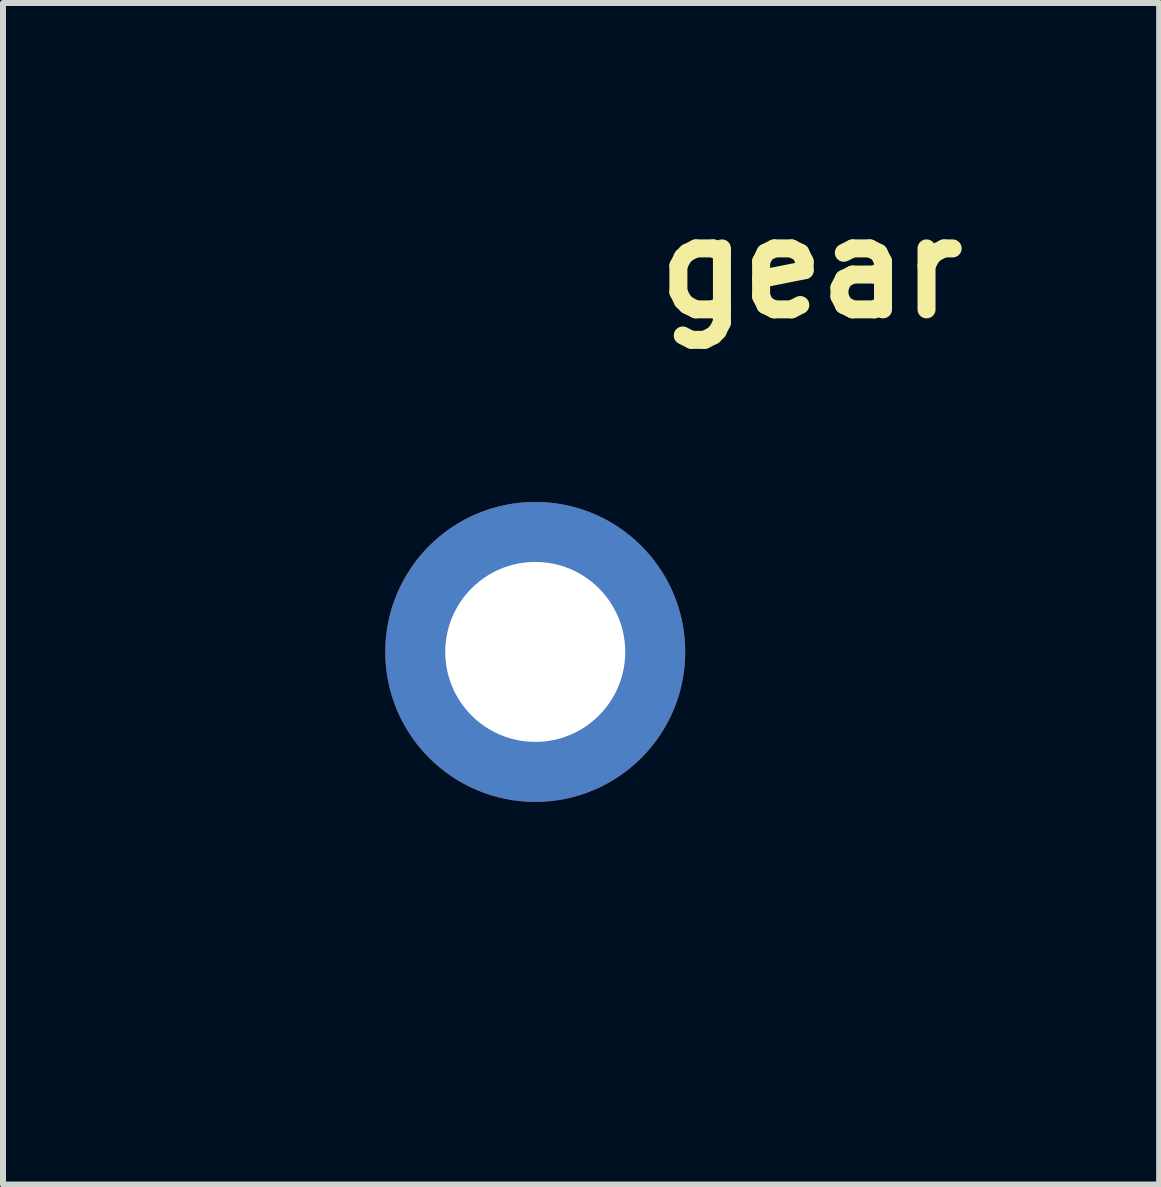
<source format=kicad_pcb>
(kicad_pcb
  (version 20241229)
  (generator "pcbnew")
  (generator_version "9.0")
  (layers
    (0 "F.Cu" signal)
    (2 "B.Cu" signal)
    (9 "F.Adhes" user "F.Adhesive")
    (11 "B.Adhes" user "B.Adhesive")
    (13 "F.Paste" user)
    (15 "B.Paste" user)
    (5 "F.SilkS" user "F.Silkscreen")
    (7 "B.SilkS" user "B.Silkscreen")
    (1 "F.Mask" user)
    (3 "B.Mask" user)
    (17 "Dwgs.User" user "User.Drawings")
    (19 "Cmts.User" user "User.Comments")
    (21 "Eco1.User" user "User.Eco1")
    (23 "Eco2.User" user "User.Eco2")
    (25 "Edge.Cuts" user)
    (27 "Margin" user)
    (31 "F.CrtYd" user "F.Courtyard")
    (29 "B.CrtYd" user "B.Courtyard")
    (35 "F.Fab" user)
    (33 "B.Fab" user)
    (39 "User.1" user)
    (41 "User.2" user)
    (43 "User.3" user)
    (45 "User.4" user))
  (footprint "gear"
    (layer "F.Cu")
    (at 5.873 7.818)
    (property "Reference" "gear" (at 4.6 -6.4 0) (layer "F.SilkS") (effects (font (size 1.524 1.524) (thickness 0.3))))
    (attr through_hole)
    (fp_poly (pts (xy 0.144 -1.291) (xy 0.257 -1.277) (xy 0.365 -1.253) (xy 0.471 -1.219) (xy 0.577 -1.174) (xy 0.595 -1.166) (xy 0.707 -1.104) (xy 0.812 -1.032) (xy 0.908 -0.952) (xy 0.995 -0.863) (xy 1.074 -0.767) (xy 1.142 -0.663) (xy 1.201 -0.553) (xy 1.248 -0.437) (xy 1.286 -0.316) (xy 1.311 -0.19) (xy 1.321 -0.115) (xy 1.327 0.009) (xy 1.32 0.132) (xy 1.302 0.253) (xy 1.273 0.372) (xy 1.232 0.488) (xy 1.181 0.599) (xy 1.119 0.705) (xy 1.048 0.806) (xy 0.968 0.899) (xy 0.878 0.985) (xy 0.78 1.062) (xy 0.752 1.081) (xy 0.641 1.148) (xy 0.526 1.204) (xy 0.406 1.247) (xy 0.282 1.278) (xy 0.197 1.292) (xy 0.159 1.296) (xy 0.112 1.299) (xy 0.06 1.3) (xy 0.006 1.301) (xy -0.047 1.3) (xy -0.096 1.298) (xy -0.136 1.294) (xy -0.152 1.292) (xy -0.25 1.275) (xy -0.341 1.252) (xy -0.429 1.222) (xy -0.518 1.184) (xy -0.544 1.172) (xy -0.656 1.111) (xy -0.76 1.04) (xy -0.857 0.96) (xy -0.944 0.872) (xy -1.023 0.775) (xy -1.092 0.671) (xy -1.151 0.56) (xy -1.199 0.442) (xy -1.237 0.319) (xy -1.262 0.206) (xy -1.266 0.168) (xy -1.27 0.12) (xy -1.272 0.065) (xy -1.273 0.007) (xy -1.272 -0.051) (xy -1.27 -0.106) (xy -1.267 -0.155) (xy -1.262 -0.195) (xy -1.262 -0.2) (xy -1.233 -0.328) (xy -1.194 -0.45) (xy -1.144 -0.567) (xy -1.084 -0.677) (xy -1.014 -0.78) (xy -0.934 -0.876) (xy -0.846 -0.964) (xy -0.748 -1.043) (xy -0.643 -1.112) (xy -0.544 -1.166) (xy -0.438 -1.212) (xy -0.335 -1.247) (xy -0.232 -1.273) (xy -0.125 -1.288) (xy -0.013 -1.295) (xy 0.024 -1.295) (xy 0.144 -1.291)) (stroke (width 0.01) (type solid)) (fill yes) (layer "F.Mask"))
    (fp_poly (pts (xy 0.241 -2.834) (xy 0.425 -2.812) (xy 0.608 -2.779) (xy 0.788 -2.734) (xy 0.965 -2.677) (xy 1.138 -2.608) (xy 1.307 -2.528) (xy 1.472 -2.436) (xy 1.591 -2.36) (xy 1.744 -2.25) (xy 1.888 -2.13) (xy 2.024 -2.001) (xy 2.152 -1.864) (xy 2.269 -1.719) (xy 2.377 -1.567) (xy 2.475 -1.408) (xy 2.562 -1.243) (xy 2.639 -1.072) (xy 2.704 -0.895) (xy 2.758 -0.714) (xy 2.765 -0.687) (xy 2.805 -0.502) (xy 2.832 -0.317) (xy 2.847 -0.131) (xy 2.85 0.056) (xy 2.84 0.241) (xy 2.819 0.425) (xy 2.785 0.608) (xy 2.74 0.788) (xy 2.683 0.965) (xy 2.614 1.138) (xy 2.534 1.307) (xy 2.442 1.472) (xy 2.366 1.591) (xy 2.256 1.743) (xy 2.137 1.887) (xy 2.01 2.022) (xy 1.875 2.148) (xy 1.732 2.264) (xy 1.583 2.371) (xy 1.427 2.468) (xy 1.265 2.554) (xy 1.099 2.63) (xy 0.927 2.695) (xy 0.752 2.75) (xy 0.573 2.793) (xy 0.391 2.824) (xy 0.207 2.843) (xy 0.02 2.851) (xy -0.167 2.846) (xy -0.194 2.844) (xy -0.38 2.825) (xy -0.565 2.793) (xy -0.747 2.749) (xy -0.926 2.694) (xy -1.102 2.627) (xy -1.272 2.548) (xy -1.438 2.459) (xy -1.584 2.366) (xy -1.737 2.256) (xy -1.882 2.136) (xy -2.018 2.008) (xy -2.145 1.871) (xy -2.263 1.726) (xy -2.371 1.574) (xy -2.469 1.415) (xy -2.556 1.249) (xy -2.633 1.078) (xy -2.698 0.902) (xy -2.752 0.72) (xy -2.759 0.693) (xy -2.799 0.509) (xy -2.826 0.323) (xy -2.841 0.137) (xy -2.843 0.006) (xy -1.361 0.006) (xy -1.36 0.075) (xy -1.356 0.14) (xy -1.35 0.194) (xy -1.324 0.325) (xy -1.287 0.452) (xy -1.238 0.575) (xy -1.178 0.693) (xy -1.105 0.807) (xy -1.071 0.854) (xy -1.044 0.887) (xy -1.009 0.926) (xy -0.969 0.967) (xy -0.927 1.009) (xy -0.885 1.049) (xy -0.845 1.083) (xy -0.813 1.109) (xy -0.702 1.184) (xy -0.586 1.248) (xy -0.465 1.3) (xy -0.341 1.341) (xy -0.213 1.371) (xy -0.121 1.384) (xy -0.086 1.386) (xy -0.043 1.388) (xy 0.007 1.388) (xy 0.06 1.387) (xy 0.113 1.385) (xy 0.163 1.382) (xy 0.206 1.379) (xy 0.238 1.375) (xy 0.366 1.349) (xy 0.49 1.311) (xy 0.609 1.262) (xy 0.723 1.202) (xy 0.83 1.133) (xy 0.93 1.054) (xy 1.022 0.966) (xy 1.107 0.87) (xy 1.183 0.766) (xy 1.249 0.655) (xy 1.305 0.538) (xy 1.351 0.414) (xy 1.358 0.39) (xy 1.373 0.335) (xy 1.385 0.284) (xy 1.394 0.233) (xy 1.4 0.18) (xy 1.404 0.123) (xy 1.406 0.057) (xy 1.406 0.003) (xy 1.406 -0.049) (xy 1.406 -0.091) (xy 1.405 -0.126) (xy 1.403 -0.155) (xy 1.4 -0.181) (xy 1.397 -0.206) (xy 1.392 -0.234) (xy 1.392 -0.237) (xy 1.362 -0.366) (xy 1.321 -0.49) (xy 1.27 -0.609) (xy 1.208 -0.721) (xy 1.136 -0.827) (xy 1.055 -0.926) (xy 0.965 -1.016) (xy 0.868 -1.098) (xy 0.762 -1.172) (xy 0.65 -1.235) (xy 0.531 -1.288) (xy 0.406 -1.331) (xy 0.371 -1.34) (xy 0.248 -1.366) (xy 0.122 -1.381) (xy -0.006 -1.383) (xy -0.134 -1.375) (xy -0.259 -1.355) (xy -0.38 -1.324) (xy -0.506 -1.278) (xy -0.626 -1.221) (xy -0.739 -1.154) (xy -0.845 -1.076) (xy -0.944 -0.988) (xy -1.034 -0.892) (xy -1.116 -0.785) (xy -1.142 -0.747) (xy -1.2 -0.648) (xy -1.251 -0.54) (xy -1.293 -0.426) (xy -1.326 -0.309) (xy -1.349 -0.19) (xy -1.35 -0.187) (xy -1.356 -0.13) (xy -1.36 -0.064) (xy -1.361 0.006) (xy -2.843 0.006) (xy -2.844 -0.049) (xy -2.834 -0.235) (xy -2.812 -0.419) (xy -2.779 -0.601) (xy -2.734 -0.781) (xy -2.677 -0.958) (xy -2.608 -1.132) (xy -2.528 -1.301) (xy -2.436 -1.465) (xy -2.36 -1.584) (xy -2.25 -1.737) (xy -2.13 -1.882) (xy -2.001 -2.018) (xy -1.864 -2.145) (xy -1.719 -2.263) (xy -1.567 -2.371) (xy -1.408 -2.469) (xy -1.243 -2.556) (xy -1.072 -2.633) (xy -0.895 -2.698) (xy -0.714 -2.752) (xy -0.687 -2.759) (xy -0.502 -2.799) (xy -0.317 -2.826) (xy -0.131 -2.841) (xy 0.056 -2.844) (xy 0.241 -2.834)) (stroke (width 0.01) (type solid)) (fill yes) (layer "F.Mask"))
    (fp_poly (pts (xy 0.334 -4.491) (xy 0.561 -4.47) (xy 0.785 -4.437) (xy 1.004 -4.393) (xy 1.029 -4.388) (xy 1.264 -4.326) (xy 1.493 -4.254) (xy 1.717 -4.169) (xy 1.935 -4.073) (xy 2.148 -3.966) (xy 2.355 -3.848) (xy 2.557 -3.718) (xy 2.753 -3.576) (xy 2.791 -3.547) (xy 2.972 -3.398) (xy 3.146 -3.239) (xy 3.311 -3.072) (xy 3.467 -2.897) (xy 3.614 -2.714) (xy 3.752 -2.524) (xy 3.879 -2.327) (xy 3.996 -2.125) (xy 4.102 -1.917) (xy 4.196 -1.704) (xy 4.28 -1.488) (xy 4.31 -1.397) (xy 4.345 -1.287) (xy 4.376 -1.185) (xy 4.402 -1.087) (xy 4.425 -0.989) (xy 4.447 -0.888) (xy 4.468 -0.78) (xy 4.473 -0.752) (xy 4.495 -0.613) (xy 4.513 -0.48) (xy 4.526 -0.349) (xy 4.534 -0.216) (xy 4.539 -0.077) (xy 4.54 0.038) (xy 4.534 0.28) (xy 4.515 0.519) (xy 4.484 0.755) (xy 4.44 0.989) (xy 4.385 1.219) (xy 4.318 1.446) (xy 4.238 1.668) (xy 4.147 1.887) (xy 4.045 2.1) (xy 3.931 2.309) (xy 3.805 2.512) (xy 3.668 2.71) (xy 3.576 2.832) (xy 3.454 2.981) (xy 3.321 3.128) (xy 3.181 3.271) (xy 3.036 3.409) (xy 2.887 3.538) (xy 2.8 3.607) (xy 2.607 3.75) (xy 2.408 3.883) (xy 2.203 4.004) (xy 1.992 4.114) (xy 1.776 4.212) (xy 1.556 4.299) (xy 1.331 4.374) (xy 1.103 4.438) (xy 0.87 4.489) (xy 0.635 4.528) (xy 0.397 4.555) (xy 0.384 4.556) (xy 0.353 4.559) (xy 0.312 4.561) (xy 0.264 4.563) (xy 0.211 4.564) (xy 0.154 4.566) (xy 0.095 4.567) (xy 0.037 4.569) (xy -0.019 4.569) (xy -0.071 4.57) (xy -0.116 4.57) (xy -0.154 4.57) (xy -0.181 4.569) (xy -0.187 4.568) (xy -0.204 4.567) (xy -0.231 4.565) (xy -0.265 4.563) (xy -0.303 4.561) (xy -0.333 4.559) (xy -0.381 4.555) (xy -0.435 4.551) (xy -0.491 4.545) (xy -0.544 4.539) (xy -0.567 4.537) (xy -0.804 4.5) (xy -1.038 4.452) (xy -1.268 4.391) (xy -1.494 4.319) (xy -1.716 4.235) (xy -1.934 4.139) (xy -2.146 4.032) (xy -2.353 3.913) (xy -2.553 3.783) (xy -2.748 3.643) (xy -2.794 3.607) (xy -2.943 3.485) (xy -3.091 3.352) (xy -3.235 3.212) (xy -3.372 3.067) (xy -3.5 2.918) (xy -3.57 2.832) (xy -3.713 2.638) (xy -3.846 2.438) (xy -3.967 2.233) (xy -4.077 2.021) (xy -4.176 1.805) (xy -4.263 1.584) (xy -4.339 1.358) (xy -4.402 1.128) (xy -4.454 0.894) (xy -4.493 0.657) (xy -4.496 0.635) (xy -4.516 0.45) (xy -4.529 0.258) (xy -4.534 0.063) (xy -4.533 -0.011) (xy -2.92 -0.011) (xy -2.915 0.178) (xy -2.898 0.366) (xy -2.869 0.552) (xy -2.828 0.736) (xy -2.775 0.916) (xy -2.766 0.943) (xy -2.726 1.053) (xy -2.679 1.166) (xy -2.627 1.279) (xy -2.572 1.388) (xy -2.516 1.489) (xy -2.512 1.495) (xy -2.407 1.658) (xy -2.293 1.813) (xy -2.17 1.959) (xy -2.038 2.096) (xy -1.897 2.224) (xy -1.749 2.343) (xy -1.594 2.452) (xy -1.431 2.551) (xy -1.262 2.639) (xy -1.087 2.716) (xy -0.907 2.783) (xy -0.809 2.813) (xy -0.674 2.848) (xy -0.529 2.878) (xy -0.375 2.902) (xy -0.213 2.92) (xy -0.206 2.921) (xy -0.165 2.923) (xy -0.114 2.925) (xy -0.056 2.926) (xy 0.006 2.926) (xy 0.069 2.925) (xy 0.129 2.924) (xy 0.184 2.921) (xy 0.231 2.918) (xy 0.235 2.918) (xy 0.414 2.898) (xy 0.586 2.869) (xy 0.751 2.831) (xy 0.911 2.784) (xy 1.069 2.727) (xy 1.225 2.659) (xy 1.293 2.627) (xy 1.463 2.536) (xy 1.625 2.435) (xy 1.781 2.324) (xy 1.927 2.204) (xy 2.066 2.075) (xy 2.196 1.937) (xy 2.316 1.792) (xy 2.427 1.638) (xy 2.528 1.478) (xy 2.619 1.311) (xy 2.699 1.138) (xy 2.767 0.959) (xy 2.773 0.943) (xy 2.827 0.763) (xy 2.87 0.58) (xy 2.901 0.394) (xy 2.92 0.206) (xy 2.927 0.017) (xy 2.922 -0.171) (xy 2.904 -0.359) (xy 2.876 -0.546) (xy 2.835 -0.729) (xy 2.782 -0.91) (xy 2.773 -0.937) (xy 2.708 -1.108) (xy 2.632 -1.277) (xy 2.545 -1.442) (xy 2.448 -1.6) (xy 2.409 -1.657) (xy 2.296 -1.811) (xy 2.172 -1.957) (xy 2.04 -2.094) (xy 1.899 -2.222) (xy 1.751 -2.34) (xy 1.595 -2.449) (xy 1.432 -2.548) (xy 1.263 -2.636) (xy 1.088 -2.712) (xy 0.943 -2.766) (xy 0.763 -2.821) (xy 0.58 -2.864) (xy 0.394 -2.895) (xy 0.206 -2.913) (xy 0.017 -2.92) (xy -0.171 -2.915) (xy -0.359 -2.898) (xy -0.546 -2.869) (xy -0.729 -2.828) (xy -0.91 -2.775) (xy -0.937 -2.766) (xy -1.108 -2.702) (xy -1.277 -2.625) (xy -1.442 -2.538) (xy -1.6 -2.442) (xy -1.657 -2.403) (xy -1.811 -2.289) (xy -1.957 -2.166) (xy -2.094 -2.034) (xy -2.222 -1.893) (xy -2.34 -1.744) (xy -2.449 -1.588) (xy -2.548 -1.426) (xy -2.636 -1.257) (xy -2.712 -1.082) (xy -2.766 -0.937) (xy -2.821 -0.757) (xy -2.864 -0.573) (xy -2.895 -0.387) (xy -2.913 -0.2) (xy -2.92 -0.011) (xy -4.533 -0.011) (xy -4.531 -0.132) (xy -4.521 -0.324) (xy -4.503 -0.509) (xy -4.502 -0.521) (xy -4.466 -0.759) (xy -4.417 -0.995) (xy -4.357 -1.226) (xy -4.285 -1.453) (xy -4.201 -1.676) (xy -4.106 -1.894) (xy -3.999 -2.107) (xy -3.881 -2.314) (xy -3.751 -2.515) (xy -3.714 -2.57) (xy -3.57 -2.763) (xy -3.418 -2.947) (xy -3.257 -3.123) (xy -3.088 -3.289) (xy -2.91 -3.446) (xy -2.725 -3.593) (xy -2.533 -3.73) (xy -2.334 -3.857) (xy -2.128 -3.973) (xy -1.916 -4.079) (xy -1.698 -4.174) (xy -1.475 -4.257) (xy -1.247 -4.329) (xy -1.023 -4.388) (xy -0.804 -4.433) (xy -0.581 -4.467) (xy -0.354 -4.489) (xy -0.125 -4.501) (xy 0.105 -4.502) (xy 0.334 -4.491)) (stroke (width 0.01) (type solid)) (fill yes) (layer "F.Mask"))
    (fp_poly (pts (xy 0.047 -5.867) (xy 0.079 -5.866) (xy 0.101 -5.865) (xy 0.114 -5.862) (xy 0.119 -5.859) (xy 0.123 -5.851) (xy 0.132 -5.833) (xy 0.143 -5.808) (xy 0.156 -5.777) (xy 0.167 -5.75) (xy 0.185 -5.706) (xy 0.206 -5.657) (xy 0.226 -5.607) (xy 0.245 -5.562) (xy 0.25 -5.551) (xy 0.263 -5.521) (xy 0.273 -5.497) (xy 0.281 -5.475) (xy 0.287 -5.455) (xy 0.293 -5.432) (xy 0.298 -5.406) (xy 0.304 -5.373) (xy 0.311 -5.332) (xy 0.318 -5.291) (xy 0.326 -5.242) (xy 0.332 -5.202) (xy 0.336 -5.172) (xy 0.339 -5.147) (xy 0.341 -5.126) (xy 0.341 -5.108) (xy 0.34 -5.089) (xy 0.339 -5.067) (xy 0.337 -5.05) (xy 0.334 -5.012) (xy 0.332 -4.985) (xy 0.331 -4.967) (xy 0.332 -4.955) (xy 0.334 -4.949) (xy 0.339 -4.946) (xy 0.346 -4.944) (xy 0.348 -4.944) (xy 0.359 -4.942) (xy 0.381 -4.939) (xy 0.412 -4.935) (xy 0.45 -4.93) (xy 0.495 -4.924) (xy 0.544 -4.917) (xy 0.596 -4.911) (xy 0.65 -4.904) (xy 0.704 -4.897) (xy 0.757 -4.89) (xy 0.807 -4.884) (xy 0.853 -4.878) (xy 0.893 -4.873) (xy 0.926 -4.869) (xy 0.951 -4.867) (xy 0.965 -4.865) (xy 0.968 -4.865) (xy 0.97 -4.872) (xy 0.974 -4.889) (xy 0.979 -4.914) (xy 0.984 -4.944) (xy 0.987 -4.957) (xy 0.992 -4.985) (xy 0.997 -5.009) (xy 1.003 -5.031) (xy 1.01 -5.053) (xy 1.019 -5.077) (xy 1.03 -5.105) (xy 1.046 -5.14) (xy 1.065 -5.184) (xy 1.07 -5.194) (xy 1.137 -5.341) (xy 1.273 -5.518) (xy 1.41 -5.695) (xy 1.491 -5.673) (xy 1.524 -5.664) (xy 1.556 -5.656) (xy 1.583 -5.649) (xy 1.601 -5.644) (xy 1.602 -5.644) (xy 1.62 -5.638) (xy 1.63 -5.632) (xy 1.634 -5.621) (xy 1.635 -5.617) (xy 1.637 -5.606) (xy 1.64 -5.584) (xy 1.644 -5.553) (xy 1.65 -5.515) (xy 1.656 -5.47) (xy 1.662 -5.421) (xy 1.666 -5.391) (xy 1.694 -5.185) (xy 1.677 -5.023) (xy 1.671 -4.973) (xy 1.667 -4.933) (xy 1.663 -4.902) (xy 1.658 -4.876) (xy 1.654 -4.854) (xy 1.648 -4.834) (xy 1.642 -4.812) (xy 1.633 -4.788) (xy 1.63 -4.778) (xy 1.62 -4.748) (xy 1.612 -4.722) (xy 1.606 -4.703) (xy 1.605 -4.693) (xy 1.605 -4.692) (xy 1.612 -4.688) (xy 1.629 -4.681) (xy 1.653 -4.67) (xy 1.683 -4.658) (xy 1.695 -4.653) (xy 1.721 -4.643) (xy 1.754 -4.629) (xy 1.795 -4.612) (xy 1.84 -4.594) (xy 1.888 -4.574) (xy 1.938 -4.553) (xy 1.987 -4.533) (xy 2.034 -4.513) (xy 2.078 -4.495) (xy 2.115 -4.479) (xy 2.145 -4.467) (xy 2.166 -4.458) (xy 2.172 -4.455) (xy 2.195 -4.446) (xy 2.237 -4.533) (xy 2.251 -4.56) (xy 2.263 -4.584) (xy 2.275 -4.605) (xy 2.288 -4.625) (xy 2.304 -4.648) (xy 2.324 -4.674) (xy 2.35 -4.705) (xy 2.382 -4.745) (xy 2.382 -4.745) (xy 2.486 -4.87) (xy 2.837 -5.137) (xy 2.936 -5.079) (xy 2.968 -5.06) (xy 2.996 -5.043) (xy 3.017 -5.028) (xy 3.031 -5.018) (xy 3.035 -5.013) (xy 3.034 -5.005) (xy 3.032 -4.985) (xy 3.029 -4.956) (xy 3.024 -4.92) (xy 3.018 -4.876) (xy 3.012 -4.828) (xy 3.007 -4.786) (xy 2.978 -4.569) (xy 2.921 -4.42) (xy 2.898 -4.359) (xy 2.877 -4.309) (xy 2.859 -4.271) (xy 2.845 -4.243) (xy 2.838 -4.233) (xy 2.82 -4.206) (xy 2.8 -4.177) (xy 2.786 -4.157) (xy 2.759 -4.12) (xy 2.776 -4.108) (xy 2.785 -4.101) (xy 2.802 -4.088) (xy 2.827 -4.069) (xy 2.86 -4.044) (xy 2.897 -4.015) (xy 2.94 -3.982) (xy 2.986 -3.947) (xy 3.033 -3.911) (xy 3.081 -3.874) (xy 3.126 -3.84) (xy 3.167 -3.809) (xy 3.203 -3.783) (xy 3.233 -3.761) (xy 3.256 -3.745) (xy 3.271 -3.735) (xy 3.277 -3.732) (xy 3.277 -3.732) (xy 3.282 -3.738) (xy 3.295 -3.753) (xy 3.312 -3.773) (xy 3.332 -3.797) (xy 3.338 -3.804) (xy 3.357 -3.826) (xy 3.375 -3.845) (xy 3.393 -3.862) (xy 3.412 -3.879) (xy 3.436 -3.899) (xy 3.466 -3.921) (xy 3.504 -3.948) (xy 3.525 -3.964) (xy 3.655 -4.057) (xy 3.842 -4.134) (xy 3.889 -4.153) (xy 3.932 -4.171) (xy 3.971 -4.187) (xy 4.004 -4.2) (xy 4.029 -4.211) (xy 4.044 -4.217) (xy 4.048 -4.219) (xy 4.067 -4.228) (xy 4.234 -4.062) (xy 4.225 -4.042) (xy 4.221 -4.032) (xy 4.212 -4.011) (xy 4.2 -3.982) (xy 4.185 -3.945) (xy 4.168 -3.904) (xy 4.149 -3.858) (xy 4.14 -3.836) (xy 4.063 -3.648) (xy 3.97 -3.519) (xy 3.94 -3.477) (xy 3.915 -3.443) (xy 3.895 -3.417) (xy 3.877 -3.395) (xy 3.859 -3.377) (xy 3.841 -3.359) (xy 3.821 -3.341) (xy 3.81 -3.332) (xy 3.785 -3.311) (xy 3.764 -3.293) (xy 3.748 -3.279) (xy 3.739 -3.271) (xy 3.738 -3.271) (xy 3.741 -3.265) (xy 3.751 -3.25) (xy 3.767 -3.227) (xy 3.789 -3.197) (xy 3.815 -3.161) (xy 3.846 -3.12) (xy 3.88 -3.075) (xy 3.917 -3.027) (xy 3.918 -3.027) (xy 3.955 -2.978) (xy 3.99 -2.932) (xy 4.023 -2.889) (xy 4.052 -2.852) (xy 4.076 -2.82) (xy 4.095 -2.795) (xy 4.108 -2.778) (xy 4.114 -2.77) (xy 4.126 -2.753) (xy 4.163 -2.779) (xy 4.189 -2.797) (xy 4.219 -2.818) (xy 4.239 -2.832) (xy 4.261 -2.845) (xy 4.294 -2.861) (xy 4.337 -2.88) (xy 4.392 -2.902) (xy 4.426 -2.915) (xy 4.575 -2.972) (xy 4.793 -3) (xy 4.844 -3.007) (xy 4.892 -3.013) (xy 4.934 -3.019) (xy 4.969 -3.023) (xy 4.996 -3.026) (xy 5.013 -3.028) (xy 5.019 -3.029) (xy 5.025 -3.024) (xy 5.036 -3.009) (xy 5.051 -2.987) (xy 5.068 -2.959) (xy 5.085 -2.93) (xy 5.143 -2.831) (xy 5.01 -2.655) (xy 4.876 -2.48) (xy 4.751 -2.376) (xy 4.712 -2.344) (xy 4.68 -2.318) (xy 4.654 -2.298) (xy 4.632 -2.282) (xy 4.611 -2.268) (xy 4.59 -2.256) (xy 4.567 -2.244) (xy 4.539 -2.231) (xy 4.539 -2.231) (xy 4.452 -2.189) (xy 4.462 -2.166) (xy 4.469 -2.15) (xy 4.479 -2.124) (xy 4.494 -2.089) (xy 4.511 -2.048) (xy 4.53 -2.003) (xy 4.55 -1.954) (xy 4.57 -1.905) (xy 4.591 -1.855) (xy 4.61 -1.809) (xy 4.628 -1.766) (xy 4.643 -1.729) (xy 4.655 -1.7) (xy 4.659 -1.689) (xy 4.672 -1.658) (xy 4.683 -1.632) (xy 4.692 -1.612) (xy 4.697 -1.6) (xy 4.698 -1.599) (xy 4.705 -1.599) (xy 4.722 -1.603) (xy 4.746 -1.611) (xy 4.775 -1.62) (xy 4.785 -1.624) (xy 4.811 -1.633) (xy 4.833 -1.64) (xy 4.853 -1.646) (xy 4.874 -1.651) (xy 4.898 -1.655) (xy 4.928 -1.659) (xy 4.964 -1.663) (xy 5.01 -1.668) (xy 5.029 -1.67) (xy 5.191 -1.687) (xy 5.397 -1.66) (xy 5.448 -1.653) (xy 5.495 -1.647) (xy 5.538 -1.641) (xy 5.574 -1.636) (xy 5.601 -1.632) (xy 5.619 -1.63) (xy 5.623 -1.629) (xy 5.636 -1.625) (xy 5.643 -1.617) (xy 5.649 -1.602) (xy 5.65 -1.595) (xy 5.655 -1.578) (xy 5.662 -1.551) (xy 5.67 -1.519) (xy 5.679 -1.486) (xy 5.679 -1.485) (xy 5.701 -1.404) (xy 5.524 -1.267) (xy 5.347 -1.13) (xy 5.2 -1.064) (xy 5.154 -1.043) (xy 5.118 -1.027) (xy 5.088 -1.014) (xy 5.064 -1.005) (xy 5.042 -0.998) (xy 5.02 -0.992) (xy 4.997 -0.987) (xy 4.97 -0.982) (xy 4.963 -0.98) (xy 4.931 -0.974) (xy 4.904 -0.969) (xy 4.884 -0.965) (xy 4.873 -0.962) (xy 4.871 -0.962) (xy 4.872 -0.955) (xy 4.874 -0.938) (xy 4.877 -0.911) (xy 4.881 -0.875) (xy 4.886 -0.833) (xy 4.892 -0.786) (xy 4.899 -0.735) (xy 4.905 -0.681) (xy 4.912 -0.627) (xy 4.919 -0.574) (xy 4.926 -0.522) (xy 4.932 -0.474) (xy 4.938 -0.431) (xy 4.943 -0.395) (xy 4.946 -0.367) (xy 4.949 -0.348) (xy 4.95 -0.341) (xy 4.952 -0.334) (xy 4.955 -0.329) (xy 4.96 -0.326) (xy 4.97 -0.325) (xy 4.986 -0.325) (xy 5.012 -0.327) (xy 5.047 -0.33) (xy 5.056 -0.331) (xy 5.08 -0.333) (xy 5.101 -0.334) (xy 5.119 -0.335) (xy 5.138 -0.334) (xy 5.16 -0.332) (xy 5.186 -0.329) (xy 5.219 -0.324) (xy 5.261 -0.317) (xy 5.297 -0.311) (xy 5.347 -0.303) (xy 5.386 -0.297) (xy 5.417 -0.291) (xy 5.443 -0.285) (xy 5.465 -0.28) (xy 5.485 -0.273) (xy 5.507 -0.265) (xy 5.533 -0.254) (xy 5.557 -0.244) (xy 5.6 -0.226) (xy 5.649 -0.205) (xy 5.699 -0.184) (xy 5.745 -0.165) (xy 5.756 -0.161) (xy 5.79 -0.147) (xy 5.82 -0.134) (xy 5.844 -0.123) (xy 5.86 -0.116) (xy 5.866 -0.113) (xy 5.869 -0.106) (xy 5.871 -0.092) (xy 5.873 -0.068) (xy 5.874 -0.033) (xy 5.874 0.003) (xy 5.873 0.047) (xy 5.873 0.079) (xy 5.871 0.101) (xy 5.868 0.114) (xy 5.866 0.119) (xy 5.858 0.123) (xy 5.84 0.132) (xy 5.814 0.143) (xy 5.783 0.156) (xy 5.756 0.167) (xy 5.713 0.185) (xy 5.663 0.206) (xy 5.613 0.226) (xy 5.569 0.245) (xy 5.557 0.25) (xy 5.528 0.263) (xy 5.503 0.273) (xy 5.482 0.281) (xy 5.461 0.287) (xy 5.438 0.293) (xy 5.412 0.298) (xy 5.38 0.304) (xy 5.339 0.311) (xy 5.297 0.318) (xy 5.248 0.326) (xy 5.209 0.332) (xy 5.178 0.336) (xy 5.153 0.339) (xy 5.133 0.341) (xy 5.114 0.341) (xy 5.095 0.34) (xy 5.074 0.339) (xy 5.056 0.337) (xy 5.018 0.334) (xy 4.991 0.332) (xy 4.973 0.331) (xy 4.962 0.332) (xy 4.955 0.334) (xy 4.952 0.339) (xy 4.951 0.346) (xy 4.95 0.348) (xy 4.949 0.359) (xy 4.945 0.381) (xy 4.941 0.412) (xy 4.936 0.45) (xy 4.93 0.495) (xy 4.924 0.544) (xy 4.917 0.596) (xy 4.91 0.65) (xy 4.903 0.704) (xy 4.897 0.757) (xy 4.89 0.807) (xy 4.885 0.853) (xy 4.88 0.893) (xy 4.876 0.926) (xy 4.873 0.951) (xy 4.872 0.965) (xy 4.871 0.968) (xy 4.878 0.97) (xy 4.895 0.974) (xy 4.92 0.979) (xy 4.95 0.984) (xy 4.963 0.987) (xy 4.992 0.992) (xy 5.016 0.997) (xy 5.037 1.003) (xy 5.059 1.01) (xy 5.083 1.019) (xy 5.111 1.03) (xy 5.146 1.046) (xy 5.19 1.065) (xy 5.2 1.07) (xy 5.347 1.137) (xy 5.524 1.273) (xy 5.701 1.41) (xy 5.679 1.491) (xy 5.67 1.524) (xy 5.662 1.556) (xy 5.655 1.583) (xy 5.65 1.601) (xy 5.65 1.602) (xy 5.645 1.62) (xy 5.638 1.63) (xy 5.628 1.634) (xy 5.623 1.635) (xy 5.613 1.637) (xy 5.591 1.64) (xy 5.56 1.644) (xy 5.521 1.65) (xy 5.476 1.656) (xy 5.427 1.662) (xy 5.397 1.666) (xy 5.191 1.694) (xy 5.029 1.677) (xy 4.979 1.671) (xy 4.939 1.667) (xy 4.908 1.663) (xy 4.882 1.658) (xy 4.86 1.654) (xy 4.84 1.648) (xy 4.819 1.642) (xy 4.794 1.633) (xy 4.785 1.63) (xy 4.755 1.62) (xy 4.729 1.612) (xy 4.71 1.606) (xy 4.699 1.605) (xy 4.698 1.605) (xy 4.695 1.612) (xy 4.687 1.629) (xy 4.677 1.653) (xy 4.665 1.683) (xy 4.659 1.695) (xy 4.649 1.721) (xy 4.635 1.754) (xy 4.619 1.795) (xy 4.6 1.84) (xy 4.58 1.888) (xy 4.559 1.938) (xy 4.539 1.987) (xy 4.519 2.034) (xy 4.501 2.078) (xy 4.486 2.115) (xy 4.473 2.145) (xy 4.464 2.166) (xy 4.462 2.172) (xy 4.452 2.195) (xy 4.539 2.237) (xy 4.567 2.251) (xy 4.59 2.263) (xy 4.611 2.275) (xy 4.632 2.288) (xy 4.654 2.304) (xy 4.68 2.324) (xy 4.712 2.35) (xy 4.751 2.382) (xy 4.751 2.382) (xy 4.876 2.486) (xy 5.143 2.837) (xy 5.085 2.936) (xy 5.067 2.968) (xy 5.049 2.996) (xy 5.035 3.017) (xy 5.024 3.031) (xy 5.019 3.035) (xy 5.011 3.034) (xy 4.992 3.032) (xy 4.963 3.029) (xy 4.926 3.024) (xy 4.883 3.018) (xy 4.834 3.012) (xy 4.793 3.007) (xy 4.575 2.978) (xy 4.426 2.921) (xy 4.365 2.898) (xy 4.316 2.877) (xy 4.277 2.859) (xy 4.25 2.845) (xy 4.239 2.838) (xy 4.213 2.82) (xy 4.183 2.8) (xy 4.163 2.786) (xy 4.126 2.759) (xy 4.114 2.776) (xy 4.108 2.785) (xy 4.094 2.802) (xy 4.075 2.827) (xy 4.05 2.86) (xy 4.021 2.897) (xy 3.989 2.94) (xy 3.953 2.986) (xy 3.918 3.033) (xy 3.881 3.081) (xy 3.847 3.126) (xy 3.816 3.167) (xy 3.789 3.203) (xy 3.767 3.233) (xy 3.751 3.256) (xy 3.741 3.271) (xy 3.738 3.277) (xy 3.738 3.277) (xy 3.745 3.282) (xy 3.759 3.295) (xy 3.779 3.312) (xy 3.803 3.332) (xy 3.81 3.338) (xy 3.832 3.357) (xy 3.851 3.375) (xy 3.868 3.393) (xy 3.886 3.412) (xy 3.905 3.436) (xy 3.927 3.466) (xy 3.955 3.504) (xy 3.97 3.525) (xy 4.063 3.655) (xy 4.14 3.842) (xy 4.159 3.889) (xy 4.177 3.932) (xy 4.193 3.971) (xy 4.207 4.004) (xy 4.217 4.029) (xy 4.224 4.044) (xy 4.225 4.048) (xy 4.234 4.067) (xy 4.068 4.234) (xy 4.049 4.225) (xy 4.038 4.221) (xy 4.017 4.212) (xy 3.988 4.2) (xy 3.952 4.185) (xy 3.91 4.168) (xy 3.865 4.149) (xy 3.842 4.14) (xy 3.655 4.063) (xy 3.525 3.97) (xy 3.483 3.94) (xy 3.45 3.915) (xy 3.423 3.895) (xy 3.402 3.877) (xy 3.383 3.859) (xy 3.366 3.841) (xy 3.348 3.821) (xy 3.338 3.81) (xy 3.317 3.785) (xy 3.299 3.764) (xy 3.285 3.748) (xy 3.278 3.739) (xy 3.277 3.738) (xy 3.271 3.741) (xy 3.256 3.751) (xy 3.234 3.767) (xy 3.204 3.789) (xy 3.168 3.815) (xy 3.127 3.846) (xy 3.082 3.88) (xy 3.034 3.917) (xy 3.033 3.918) (xy 2.984 3.955) (xy 2.938 3.99) (xy 2.896 4.023) (xy 2.858 4.052) (xy 2.826 4.076) (xy 2.801 4.095) (xy 2.784 4.108) (xy 2.776 4.114) (xy 2.759 4.126) (xy 2.786 4.163) (xy 2.804 4.189) (xy 2.824 4.219) (xy 2.838 4.239) (xy 2.851 4.261) (xy 2.867 4.294) (xy 2.886 4.337) (xy 2.908 4.392) (xy 2.921 4.426) (xy 2.978 4.575) (xy 3.007 4.793) (xy 3.014 4.844) (xy 3.02 4.892) (xy 3.025 4.934) (xy 3.029 4.969) (xy 3.033 4.996) (xy 3.035 5.013) (xy 3.035 5.019) (xy 3.03 5.025) (xy 3.016 5.036) (xy 2.993 5.051) (xy 2.965 5.068) (xy 2.936 5.085) (xy 2.837 5.143) (xy 2.486 4.876) (xy 2.382 4.751) (xy 2.35 4.712) (xy 2.324 4.68) (xy 2.304 4.654) (xy 2.288 4.632) (xy 2.275 4.611) (xy 2.263 4.59) (xy 2.251 4.567) (xy 2.237 4.539) (xy 2.237 4.539) (xy 2.195 4.452) (xy 2.172 4.462) (xy 2.156 4.469) (xy 2.13 4.479) (xy 2.096 4.494) (xy 2.055 4.511) (xy 2.009 4.53) (xy 1.961 4.55) (xy 1.911 4.57) (xy 1.862 4.591) (xy 1.815 4.61) (xy 1.772 4.628) (xy 1.735 4.643) (xy 1.706 4.655) (xy 1.695 4.659) (xy 1.665 4.672) (xy 1.638 4.683) (xy 1.618 4.692) (xy 1.607 4.697) (xy 1.605 4.698) (xy 1.606 4.705) (xy 1.61 4.722) (xy 1.617 4.746) (xy 1.627 4.775) (xy 1.63 4.785) (xy 1.639 4.811) (xy 1.646 4.833) (xy 1.652 4.853) (xy 1.657 4.874) (xy 1.661 4.898) (xy 1.665 4.928) (xy 1.669 4.964) (xy 1.675 5.01) (xy 1.677 5.029) (xy 1.694 5.191) (xy 1.666 5.397) (xy 1.659 5.448) (xy 1.653 5.495) (xy 1.647 5.538) (xy 1.642 5.574) (xy 1.638 5.601) (xy 1.636 5.619) (xy 1.635 5.623) (xy 1.632 5.636) (xy 1.624 5.643) (xy 1.608 5.649) (xy 1.602 5.65) (xy 1.584 5.655) (xy 1.557 5.662) (xy 1.526 5.67) (xy 1.492 5.679) (xy 1.491 5.679) (xy 1.41 5.701) (xy 1.273 5.524) (xy 1.137 5.347) (xy 1.07 5.2) (xy 1.049 5.154) (xy 1.033 5.118) (xy 1.021 5.088) (xy 1.011 5.064) (xy 1.004 5.042) (xy 0.998 5.02) (xy 0.993 4.997) (xy 0.988 4.97) (xy 0.987 4.963) (xy 0.981 4.931) (xy 0.976 4.904) (xy 0.971 4.884) (xy 0.969 4.873) (xy 0.968 4.871) (xy 0.962 4.872) (xy 0.944 4.874) (xy 0.917 4.877) (xy 0.882 4.881) (xy 0.84 4.886) (xy 0.792 4.892) (xy 0.741 4.899) (xy 0.688 4.905) (xy 0.634 4.912) (xy 0.58 4.919) (xy 0.529 4.926) (xy 0.481 4.932) (xy 0.438 4.938) (xy 0.402 4.943) (xy 0.373 4.946) (xy 0.354 4.949) (xy 0.348 4.95) (xy 0.34 4.952) (xy 0.335 4.955) (xy 0.332 4.96) (xy 0.331 4.97) (xy 0.331 4.986) (xy 0.333 5.012) (xy 0.336 5.047) (xy 0.337 5.056) (xy 0.339 5.08) (xy 0.341 5.101) (xy 0.341 5.119) (xy 0.34 5.138) (xy 0.338 5.16) (xy 0.335 5.186) (xy 0.33 5.219) (xy 0.324 5.261) (xy 0.318 5.297) (xy 0.31 5.347) (xy 0.303 5.386) (xy 0.297 5.417) (xy 0.292 5.443) (xy 0.286 5.465) (xy 0.279 5.485) (xy 0.271 5.507) (xy 0.261 5.533) (xy 0.25 5.557) (xy 0.232 5.6) (xy 0.212 5.649) (xy 0.191 5.699) (xy 0.172 5.745) (xy 0.167 5.756) (xy 0.153 5.79) (xy 0.14 5.82) (xy 0.13 5.844) (xy 0.122 5.86) (xy 0.119 5.866) (xy 0.112 5.869) (xy 0.098 5.871) (xy 0.074 5.873) (xy 0.04 5.874) (xy 0.003 5.874) (xy -0.041 5.873) (xy -0.073 5.873) (xy -0.095 5.871) (xy -0.108 5.868) (xy -0.113 5.866) (xy -0.117 5.858) (xy -0.125 5.84) (xy -0.136 5.814) (xy -0.15 5.783) (xy -0.161 5.756) (xy -0.179 5.713) (xy -0.199 5.663) (xy -0.22 5.613) (xy -0.239 5.569) (xy -0.244 5.557) (xy -0.256 5.528) (xy -0.266 5.503) (xy -0.274 5.482) (xy -0.281 5.461) (xy -0.286 5.438) (xy -0.292 5.412) (xy -0.298 5.38) (xy -0.305 5.339) (xy -0.311 5.297) (xy -0.319 5.248) (xy -0.326 5.209) (xy -0.33 5.178) (xy -0.333 5.153) (xy -0.334 5.133) (xy -0.335 5.114) (xy -0.334 5.095) (xy -0.332 5.074) (xy -0.331 5.056) (xy -0.327 5.018) (xy -0.325 4.991) (xy -0.325 4.973) (xy -0.325 4.962) (xy -0.328 4.955) (xy -0.333 4.952) (xy -0.34 4.951) (xy -0.341 4.95) (xy -0.353 4.949) (xy -0.374 4.945) (xy -0.405 4.941) (xy -0.444 4.936) (xy -0.488 4.93) (xy -0.537 4.924) (xy -0.59 4.917) (xy -0.644 4.91) (xy -0.698 4.903) (xy -0.751 4.897) (xy -0.801 4.89) (xy -0.847 4.885) (xy -0.887 4.88) (xy -0.92 4.876) (xy -0.944 4.873) (xy -0.959 4.872) (xy -0.962 4.871) (xy -0.964 4.878) (xy -0.967 4.895) (xy -0.972 4.92) (xy -0.978 4.95) (xy -0.98 4.963) (xy -0.986 4.992) (xy -0.991 5.016) (xy -0.996 5.037) (xy -1.003 5.059) (xy -1.012 5.083) (xy -1.024 5.111) (xy -1.039 5.146) (xy -1.059 5.19) (xy -1.064 5.2) (xy -1.13 5.347) (xy -1.267 5.524) (xy -1.404 5.701) (xy -1.485 5.679) (xy -1.518 5.67) (xy -1.55 5.662) (xy -1.577 5.655) (xy -1.595 5.65) (xy -1.595 5.65) (xy -1.614 5.645) (xy -1.624 5.638) (xy -1.628 5.628) (xy -1.629 5.623) (xy -1.63 5.613) (xy -1.634 5.591) (xy -1.638 5.56) (xy -1.643 5.521) (xy -1.649 5.476) (xy -1.656 5.427) (xy -1.66 5.397) (xy -1.687 5.191) (xy -1.67 5.029) (xy -1.665 4.979) (xy -1.66 4.939) (xy -1.656 4.908) (xy -1.652 4.882) (xy -1.648 4.86) (xy -1.642 4.84) (xy -1.635 4.819) (xy -1.627 4.794) (xy -1.624 4.785) (xy -1.613 4.755) (xy -1.605 4.729) (xy -1.6 4.71) (xy -1.599 4.699) (xy -1.599 4.698) (xy -1.606 4.695) (xy -1.623 4.687) (xy -1.647 4.677) (xy -1.676 4.665) (xy -1.689 4.659) (xy -1.714 4.649) (xy -1.748 4.635) (xy -1.788 4.619) (xy -1.834 4.6) (xy -1.882 4.58) (xy -1.932 4.559) (xy -1.981 4.539) (xy -2.028 4.519) (xy -2.071 4.501) (xy -2.109 4.486) (xy -2.139 4.473) (xy -2.16 4.464) (xy -2.166 4.462) (xy -2.189 4.452) (xy -2.231 4.539) (xy -2.244 4.567) (xy -2.256 4.59) (xy -2.268 4.611) (xy -2.282 4.632) (xy -2.298 4.654) (xy -2.318 4.68) (xy -2.343 4.712) (xy -2.376 4.751) (xy -2.376 4.751) (xy -2.48 4.876) (xy -2.655 5.01) (xy -2.831 5.143) (xy -2.93 5.085) (xy -2.962 5.067) (xy -2.989 5.049) (xy -3.011 5.035) (xy -3.025 5.024) (xy -3.029 5.019) (xy -3.028 5.011) (xy -3.026 4.992) (xy -3.022 4.963) (xy -3.018 4.926) (xy -3.012 4.883) (xy -3.006 4.834) (xy -3 4.793) (xy -2.972 4.575) (xy -2.915 4.426) (xy -2.891 4.365) (xy -2.871 4.316) (xy -2.853 4.277) (xy -2.838 4.25) (xy -2.832 4.239) (xy -2.813 4.213) (xy -2.793 4.183) (xy -2.779 4.163) (xy -2.753 4.126) (xy -2.77 4.114) (xy -2.778 4.108) (xy -2.796 4.094) (xy -2.821 4.075) (xy -2.853 4.05) (xy -2.891 4.021) (xy -2.934 3.989) (xy -2.98 3.953) (xy -3.027 3.918) (xy -3.075 3.881) (xy -3.12 3.847) (xy -3.161 3.816) (xy -3.197 3.789) (xy -3.227 3.767) (xy -3.25 3.751) (xy -3.265 3.741) (xy -3.271 3.738) (xy -3.271 3.738) (xy -3.276 3.745) (xy -3.288 3.759) (xy -3.305 3.779) (xy -3.326 3.803) (xy -3.332 3.81) (xy -3.351 3.832) (xy -3.368 3.851) (xy -3.386 3.868) (xy -3.406 3.886) (xy -3.43 3.905) (xy -3.46 3.927) (xy -3.497 3.955) (xy -3.519 3.97) (xy -3.648 4.063) (xy -3.836 4.14) (xy -3.882 4.159) (xy -3.926 4.177) (xy -3.965 4.193) (xy -3.998 4.207) (xy -4.023 4.217) (xy -4.039 4.224) (xy -4.042 4.225) (xy -4.062 4.234) (xy -4.228 4.067) (xy -4.219 4.048) (xy -4.214 4.038) (xy -4.206 4.017) (xy -4.194 3.988) (xy -4.179 3.952) (xy -4.161 3.91) (xy -4.143 3.865) (xy -4.134 3.842) (xy -4.057 3.655) (xy -3.964 3.525) (xy -3.933 3.483) (xy -3.909 3.45) (xy -3.888 3.423) (xy -3.87 3.402) (xy -3.853 3.383) (xy -3.835 3.366) (xy -3.815 3.348) (xy -3.804 3.338) (xy -3.779 3.317) (xy -3.758 3.299) (xy -3.742 3.285) (xy -3.733 3.278) (xy -3.732 3.277) (xy -3.735 3.271) (xy -3.745 3.256) (xy -3.761 3.234) (xy -3.782 3.204) (xy -3.809 3.168) (xy -3.84 3.127) (xy -3.874 3.082) (xy -3.911 3.034) (xy -3.911 3.033) (xy -3.949 2.984) (xy -3.984 2.938) (xy -4.017 2.896) (xy -4.045 2.858) (xy -4.07 2.826) (xy -4.089 2.801) (xy -4.102 2.784) (xy -4.108 2.776) (xy -4.12 2.759) (xy -4.157 2.786) (xy -4.183 2.804) (xy -4.212 2.824) (xy -4.233 2.838) (xy -4.255 2.851) (xy -4.288 2.867) (xy -4.331 2.886) (xy -4.386 2.908) (xy -4.42 2.921) (xy -4.569 2.978) (xy -4.786 3.007) (xy -4.838 3.014) (xy -4.885 3.02) (xy -4.928 3.025) (xy -4.963 3.029) (xy -4.99 3.033) (xy -5.007 3.035) (xy -5.013 3.035) (xy -5.019 3.03) (xy -5.029 3.016) (xy -5.044 2.993) (xy -5.062 2.965) (xy -5.079 2.936) (xy -5.137 2.837) (xy -4.87 2.486) (xy -4.745 2.382) (xy -4.705 2.35) (xy -4.674 2.324) (xy -4.648 2.304) (xy -4.625 2.288) (xy -4.605 2.275) (xy -4.584 2.263) (xy -4.56 2.251) (xy -4.533 2.237) (xy -4.533 2.237) (xy -4.446 2.195) (xy -4.455 2.172) (xy -4.462 2.156) (xy -4.473 2.13) (xy -4.487 2.096) (xy -4.504 2.055) (xy -4.523 2.009) (xy -4.544 1.961) (xy -4.564 1.911) (xy -4.584 1.862) (xy -4.604 1.815) (xy -4.621 1.772) (xy -4.637 1.735) (xy -4.649 1.706) (xy -4.653 1.695) (xy -4.666 1.665) (xy -4.677 1.638) (xy -4.686 1.618) (xy -4.691 1.607) (xy -4.692 1.605) (xy -4.699 1.606) (xy -4.716 1.61) (xy -4.74 1.617) (xy -4.769 1.627) (xy -4.778 1.63) (xy -4.804 1.639) (xy -4.826 1.646) (xy -4.847 1.652) (xy -4.868 1.657) (xy -4.892 1.661) (xy -4.921 1.665) (xy -4.958 1.669) (xy -5.004 1.675) (xy -5.023 1.677) (xy -5.185 1.694) (xy -5.391 1.666) (xy -5.442 1.659) (xy -5.489 1.653) (xy -5.531 1.647) (xy -5.567 1.642) (xy -5.595 1.638) (xy -5.612 1.636) (xy -5.617 1.635) (xy -5.629 1.632) (xy -5.637 1.624) (xy -5.642 1.608) (xy -5.644 1.602) (xy -5.648 1.584) (xy -5.655 1.557) (xy -5.664 1.526) (xy -5.673 1.492) (xy -5.673 1.491) (xy -5.695 1.41) (xy -5.518 1.273) (xy -5.341 1.137) (xy -5.194 1.07) (xy -5.148 1.049) (xy -5.111 1.033) (xy -5.082 1.021) (xy -5.057 1.011) (xy -5.035 1.004) (xy -5.014 0.998) (xy -4.991 0.993) (xy -4.963 0.988) (xy -4.957 0.987) (xy -4.925 0.981) (xy -4.898 0.976) (xy -4.877 0.971) (xy -4.866 0.969) (xy -4.865 0.968) (xy -4.866 0.962) (xy -4.867 0.944) (xy -4.871 0.917) (xy -4.875 0.882) (xy -4.88 0.84) (xy -4.886 0.792) (xy -4.892 0.741) (xy -4.899 0.688) (xy -4.906 0.634) (xy -4.913 0.58) (xy -4.919 0.529) (xy -4.926 0.481) (xy -4.931 0.438) (xy -4.936 0.402) (xy -4.94 0.373) (xy -4.943 0.354) (xy -4.944 0.348) (xy -4.946 0.34) (xy -4.948 0.335) (xy -4.953 0.332) (xy -4.964 0.331) (xy -4.98 0.331) (xy -5.005 0.333) (xy -5.041 0.336) (xy -5.05 0.337) (xy -5.074 0.339) (xy -5.094 0.341) (xy -5.113 0.341) (xy -5.132 0.34) (xy -5.154 0.338) (xy -5.18 0.335) (xy -5.213 0.33) (xy -5.255 0.324) (xy -5.291 0.318) (xy -5.341 0.31) (xy -5.38 0.303) (xy -5.411 0.297) (xy -5.436 0.292) (xy -5.458 0.286) (xy -5.479 0.279) (xy -5.501 0.271) (xy -5.526 0.261) (xy -5.551 0.25) (xy -5.594 0.232) (xy -5.642 0.212) (xy -5.692 0.191) (xy -5.738 0.172) (xy -5.75 0.167) (xy -5.784 0.153) (xy -5.814 0.14) (xy -5.838 0.13) (xy -5.854 0.122) (xy -5.859 0.119) (xy -5.863 0.11) (xy -5.865 0.092) (xy -5.867 0.065) (xy -5.868 0.034) (xy -5.868 0.001) (xy -5.868 -0.001) (xy -4.574 -0.001) (xy -4.574 0.07) (xy -4.574 0.139) (xy -4.573 0.205) (xy -4.571 0.265) (xy -4.569 0.317) (xy -4.566 0.359) (xy -4.542 0.603) (xy -4.506 0.842) (xy -4.458 1.075) (xy -4.399 1.303) (xy -4.329 1.527) (xy -4.247 1.746) (xy -4.153 1.962) (xy -4.047 2.175) (xy -3.962 2.327) (xy -3.839 2.528) (xy -3.705 2.723) (xy -3.561 2.911) (xy -3.407 3.092) (xy -3.243 3.265) (xy -3.071 3.429) (xy -2.891 3.584) (xy -2.703 3.73) (xy -2.509 3.865) (xy -2.48 3.884) (xy -2.274 4.009) (xy -2.063 4.123) (xy -1.847 4.226) (xy -1.626 4.316) (xy -1.4 4.395) (xy -1.171 4.462) (xy -0.938 4.517) (xy -0.7 4.56) (xy -0.46 4.591) (xy -0.216 4.61) (xy -0.152 4.613) (xy -0.115 4.614) (xy -0.067 4.614) (xy -0.012 4.613) (xy 0.049 4.613) (xy 0.112 4.611) (xy 0.175 4.609) (xy 0.235 4.607) (xy 0.29 4.605) (xy 0.338 4.602) (xy 0.364 4.6) (xy 0.606 4.575) (xy 0.845 4.537) (xy 1.079 4.487) (xy 1.31 4.425) (xy 1.537 4.351) (xy 1.758 4.266) (xy 1.975 4.17) (xy 2.186 4.062) (xy 2.392 3.943) (xy 2.592 3.814) (xy 2.785 3.673) (xy 2.972 3.522) (xy 3.151 3.36) (xy 3.249 3.265) (xy 3.414 3.091) (xy 3.569 2.909) (xy 3.714 2.72) (xy 3.848 2.524) (xy 3.972 2.322) (xy 4.085 2.114) (xy 4.187 1.901) (xy 4.278 1.684) (xy 4.357 1.461) (xy 4.425 1.235) (xy 4.48 1.005) (xy 4.524 0.772) (xy 4.549 0.594) (xy 4.558 0.515) (xy 4.565 0.445) (xy 4.571 0.379) (xy 4.575 0.315) (xy 4.578 0.249) (xy 4.58 0.179) (xy 4.581 0.101) (xy 4.581 0.035) (xy 4.578 -0.152) (xy 4.568 -0.331) (xy 4.552 -0.505) (xy 4.529 -0.675) (xy 4.499 -0.846) (xy 4.467 -0.997) (xy 4.406 -1.232) (xy 4.333 -1.462) (xy 4.249 -1.687) (xy 4.154 -1.907) (xy 4.047 -2.12) (xy 3.93 -2.327) (xy 3.801 -2.528) (xy 3.662 -2.722) (xy 3.512 -2.91) (xy 3.351 -3.091) (xy 3.248 -3.197) (xy 3.072 -3.365) (xy 2.888 -3.523) (xy 2.698 -3.67) (xy 2.502 -3.806) (xy 2.299 -3.931) (xy 2.091 -4.044) (xy 1.877 -4.147) (xy 1.658 -4.239) (xy 1.434 -4.319) (xy 1.205 -4.387) (xy 0.971 -4.444) (xy 0.733 -4.488) (xy 0.492 -4.521) (xy 0.346 -4.535) (xy 0.306 -4.538) (xy 0.255 -4.54) (xy 0.196 -4.541) (xy 0.131 -4.542) (xy 0.062 -4.543) (xy -0.009 -4.543) (xy -0.079 -4.543) (xy -0.147 -4.542) (xy -0.21 -4.541) (xy -0.267 -4.539) (xy -0.314 -4.537) (xy -0.34 -4.535) (xy -0.584 -4.509) (xy -0.824 -4.472) (xy -1.06 -4.422) (xy -1.292 -4.36) (xy -1.52 -4.287) (xy -1.743 -4.202) (xy -1.961 -4.105) (xy -2.174 -3.997) (xy -2.381 -3.878) (xy -2.583 -3.747) (xy -2.778 -3.605) (xy -2.968 -3.452) (xy -3.016 -3.411) (xy -3.067 -3.365) (xy -3.123 -3.313) (xy -3.183 -3.255) (xy -3.244 -3.195) (xy -3.303 -3.135) (xy -3.359 -3.076) (xy -3.41 -3.021) (xy -3.448 -2.978) (xy -3.605 -2.788) (xy -3.749 -2.593) (xy -3.883 -2.392) (xy -4.005 -2.186) (xy -4.115 -1.974) (xy -4.214 -1.757) (xy -4.302 -1.534) (xy -4.378 -1.306) (xy -4.442 -1.072) (xy -4.46 -0.997) (xy -4.494 -0.839) (xy -4.522 -0.678) (xy -4.545 -0.512) (xy -4.563 -0.337) (xy -4.566 -0.289) (xy -4.569 -0.247) (xy -4.571 -0.196) (xy -4.573 -0.136) (xy -4.574 -0.07) (xy -4.574 -0.001) (xy -5.868 -0.001) (xy -5.868 -0.033) (xy -5.866 -0.063) (xy -5.865 -0.089) (xy -5.862 -0.106) (xy -5.859 -0.113) (xy -5.851 -0.117) (xy -5.833 -0.125) (xy -5.808 -0.136) (xy -5.777 -0.15) (xy -5.75 -0.161) (xy -5.706 -0.179) (xy -5.657 -0.199) (xy -5.607 -0.22) (xy -5.562 -0.239) (xy -5.551 -0.244) (xy -5.521 -0.256) (xy -5.497 -0.266) (xy -5.475 -0.274) (xy -5.455 -0.281) (xy -5.432 -0.286) (xy -5.406 -0.292) (xy -5.373 -0.298) (xy -5.332 -0.305) (xy -5.291 -0.311) (xy -5.242 -0.319) (xy -5.202 -0.326) (xy -5.172 -0.33) (xy -5.147 -0.333) (xy -5.126 -0.334) (xy -5.108 -0.335) (xy -5.089 -0.334) (xy -5.067 -0.332) (xy -5.05 -0.331) (xy -5.012 -0.327) (xy -4.985 -0.325) (xy -4.967 -0.325) (xy -4.955 -0.325) (xy -4.949 -0.328) (xy -4.946 -0.333) (xy -4.944 -0.34) (xy -4.944 -0.341) (xy -4.942 -0.353) (xy -4.939 -0.374) (xy -4.935 -0.405) (xy -4.93 -0.444) (xy -4.924 -0.488) (xy -4.917 -0.537) (xy -4.911 -0.59) (xy -4.904 -0.644) (xy -4.897 -0.698) (xy -4.89 -0.751) (xy -4.884 -0.801) (xy -4.878 -0.847) (xy -4.873 -0.887) (xy -4.869 -0.92) (xy -4.867 -0.944) (xy -4.865 -0.959) (xy -4.865 -0.962) (xy -4.872 -0.964) (xy -4.889 -0.967) (xy -4.914 -0.972) (xy -4.944 -0.978) (xy -4.957 -0.98) (xy -4.985 -0.986) (xy -5.009 -0.991) (xy -5.031 -0.996) (xy -5.053 -1.003) (xy -5.077 -1.012) (xy -5.105 -1.024) (xy -5.14 -1.039) (xy -5.184 -1.059) (xy -5.194 -1.064) (xy -5.341 -1.13) (xy -5.518 -1.267) (xy -5.695 -1.404) (xy -5.673 -1.485) (xy -5.664 -1.518) (xy -5.656 -1.55) (xy -5.649 -1.577) (xy -5.644 -1.595) (xy -5.644 -1.595) (xy -5.638 -1.614) (xy -5.632 -1.624) (xy -5.621 -1.628) (xy -5.617 -1.629) (xy -5.606 -1.63) (xy -5.584 -1.634) (xy -5.553 -1.638) (xy -5.515 -1.643) (xy -5.47 -1.649) (xy -5.421 -1.656) (xy -5.391 -1.66) (xy -5.185 -1.687) (xy -5.023 -1.67) (xy -4.973 -1.665) (xy -4.933 -1.66) (xy -4.902 -1.656) (xy -4.876 -1.652) (xy -4.854 -1.648) (xy -4.834 -1.642) (xy -4.812 -1.635) (xy -4.788 -1.627) (xy -4.778 -1.624) (xy -4.748 -1.613) (xy -4.722 -1.605) (xy -4.703 -1.6) (xy -4.693 -1.599) (xy -4.692 -1.599) (xy -4.688 -1.606) (xy -4.681 -1.623) (xy -4.67 -1.647) (xy -4.658 -1.676) (xy -4.653 -1.689) (xy -4.643 -1.714) (xy -4.629 -1.748) (xy -4.612 -1.788) (xy -4.594 -1.834) (xy -4.574 -1.882) (xy -4.553 -1.932) (xy -4.533 -1.981) (xy -4.513 -2.028) (xy -4.495 -2.071) (xy -4.479 -2.109) (xy -4.467 -2.139) (xy -4.458 -2.16) (xy -4.455 -2.166) (xy -4.446 -2.189) (xy -4.533 -2.231) (xy -4.56 -2.244) (xy -4.584 -2.256) (xy -4.605 -2.268) (xy -4.625 -2.282) (xy -4.648 -2.298) (xy -4.674 -2.318) (xy -4.705 -2.343) (xy -4.745 -2.376) (xy -4.745 -2.376) (xy -4.87 -2.48) (xy -5.003 -2.655) (xy -5.137 -2.831) (xy -5.079 -2.93) (xy -5.06 -2.962) (xy -5.043 -2.989) (xy -5.028 -3.011) (xy -5.018 -3.025) (xy -5.013 -3.029) (xy -5.005 -3.028) (xy -4.985 -3.026) (xy -4.956 -3.022) (xy -4.92 -3.018) (xy -4.876 -3.012) (xy -4.828 -3.006) (xy -4.786 -3) (xy -4.569 -2.972) (xy -4.42 -2.915) (xy -4.359 -2.891) (xy -4.309 -2.871) (xy -4.271 -2.853) (xy -4.243 -2.838) (xy -4.233 -2.832) (xy -4.206 -2.813) (xy -4.177 -2.793) (xy -4.157 -2.779) (xy -4.12 -2.753) (xy -4.108 -2.77) (xy -4.101 -2.778) (xy -4.088 -2.796) (xy -4.069 -2.821) (xy -4.044 -2.853) (xy -4.015 -2.891) (xy -3.982 -2.934) (xy -3.947 -2.98) (xy -3.911 -3.027) (xy -3.874 -3.075) (xy -3.84 -3.12) (xy -3.809 -3.161) (xy -3.783 -3.197) (xy -3.761 -3.227) (xy -3.745 -3.25) (xy -3.735 -3.265) (xy -3.732 -3.271) (xy -3.732 -3.271) (xy -3.738 -3.276) (xy -3.753 -3.288) (xy -3.773 -3.305) (xy -3.797 -3.326) (xy -3.804 -3.332) (xy -3.826 -3.351) (xy -3.845 -3.368) (xy -3.862 -3.386) (xy -3.879 -3.406) (xy -3.899 -3.43) (xy -3.921 -3.46) (xy -3.948 -3.497) (xy -3.964 -3.519) (xy -4.057 -3.648) (xy -4.133 -3.836) (xy -4.153 -3.882) (xy -4.171 -3.926) (xy -4.187 -3.965) (xy -4.2 -3.998) (xy -4.211 -4.023) (xy -4.217 -4.039) (xy -4.219 -4.042) (xy -4.228 -4.062) (xy -4.144 -4.145) (xy -4.061 -4.228) (xy -4.042 -4.219) (xy -4.031 -4.214) (xy -4.011 -4.206) (xy -3.981 -4.194) (xy -3.945 -4.179) (xy -3.904 -4.161) (xy -3.858 -4.143) (xy -3.836 -4.134) (xy -3.648 -4.057) (xy -3.519 -3.964) (xy -3.477 -3.933) (xy -3.443 -3.909) (xy -3.417 -3.888) (xy -3.395 -3.87) (xy -3.377 -3.853) (xy -3.359 -3.835) (xy -3.341 -3.815) (xy -3.332 -3.804) (xy -3.311 -3.779) (xy -3.293 -3.758) (xy -3.279 -3.742) (xy -3.271 -3.733) (xy -3.271 -3.732) (xy -3.265 -3.735) (xy -3.25 -3.745) (xy -3.227 -3.761) (xy -3.197 -3.782) (xy -3.161 -3.809) (xy -3.12 -3.84) (xy -3.075 -3.874) (xy -3.027 -3.911) (xy -3.027 -3.911) (xy -2.978 -3.949) (xy -2.932 -3.984) (xy -2.889 -4.017) (xy -2.852 -4.045) (xy -2.82 -4.07) (xy -2.795 -4.089) (xy -2.778 -4.102) (xy -2.77 -4.108) (xy -2.753 -4.12) (xy -2.779 -4.157) (xy -2.797 -4.183) (xy -2.818 -4.212) (xy -2.832 -4.233) (xy -2.845 -4.255) (xy -2.861 -4.288) (xy -2.88 -4.331) (xy -2.902 -4.386) (xy -2.915 -4.42) (xy -2.972 -4.569) (xy -3 -4.786) (xy -3.007 -4.838) (xy -3.013 -4.885) (xy -3.019 -4.928) (xy -3.023 -4.963) (xy -3.026 -4.99) (xy -3.028 -5.007) (xy -3.029 -5.013) (xy -3.024 -5.019) (xy -3.009 -5.029) (xy -2.987 -5.044) (xy -2.959 -5.062) (xy -2.93 -5.079) (xy -2.831 -5.137) (xy -2.655 -5.003) (xy -2.48 -4.87) (xy -2.376 -4.745) (xy -2.344 -4.705) (xy -2.318 -4.674) (xy -2.298 -4.648) (xy -2.282 -4.625) (xy -2.268 -4.605) (xy -2.256 -4.584) (xy -2.244 -4.56) (xy -2.231 -4.533) (xy -2.231 -4.533) (xy -2.189 -4.446) (xy -2.166 -4.455) (xy -2.15 -4.462) (xy -2.124 -4.473) (xy -2.089 -4.487) (xy -2.048 -4.504) (xy -2.003 -4.523) (xy -1.954 -4.544) (xy -1.905 -4.564) (xy -1.855 -4.584) (xy -1.809 -4.604) (xy -1.766 -4.621) (xy -1.729 -4.637) (xy -1.7 -4.649) (xy -1.689 -4.653) (xy -1.658 -4.666) (xy -1.632 -4.677) (xy -1.612 -4.686) (xy -1.6 -4.691) (xy -1.599 -4.692) (xy -1.599 -4.699) (xy -1.603 -4.716) (xy -1.611 -4.74) (xy -1.62 -4.769) (xy -1.624 -4.778) (xy -1.633 -4.804) (xy -1.64 -4.826) (xy -1.646 -4.847) (xy -1.651 -4.868) (xy -1.655 -4.892) (xy -1.659 -4.921) (xy -1.663 -4.958) (xy -1.668 -5.004) (xy -1.67 -5.023) (xy -1.687 -5.185) (xy -1.66 -5.391) (xy -1.653 -5.442) (xy -1.647 -5.489) (xy -1.641 -5.531) (xy -1.636 -5.567) (xy -1.632 -5.595) (xy -1.63 -5.612) (xy -1.629 -5.617) (xy -1.625 -5.629) (xy -1.617 -5.637) (xy -1.602 -5.642) (xy -1.595 -5.644) (xy -1.578 -5.648) (xy -1.551 -5.655) (xy -1.519 -5.664) (xy -1.486 -5.673) (xy -1.485 -5.673) (xy -1.404 -5.695) (xy -1.267 -5.518) (xy -1.13 -5.341) (xy -1.064 -5.194) (xy -1.043 -5.148) (xy -1.027 -5.111) (xy -1.014 -5.082) (xy -1.005 -5.057) (xy -0.998 -5.035) (xy -0.992 -5.014) (xy -0.987 -4.991) (xy -0.982 -4.963) (xy -0.98 -4.957) (xy -0.974 -4.925) (xy -0.969 -4.898) (xy -0.965 -4.877) (xy -0.962 -4.866) (xy -0.962 -4.865) (xy -0.955 -4.866) (xy -0.938 -4.867) (xy -0.911 -4.871) (xy -0.875 -4.875) (xy -0.833 -4.88) (xy -0.786 -4.886) (xy -0.735 -4.892) (xy -0.681 -4.899) (xy -0.627 -4.906) (xy -0.574 -4.913) (xy -0.522 -4.919) (xy -0.474 -4.926) (xy -0.431 -4.931) (xy -0.395 -4.936) (xy -0.367 -4.94) (xy -0.348 -4.943) (xy -0.341 -4.944) (xy -0.334 -4.946) (xy -0.329 -4.948) (xy -0.326 -4.953) (xy -0.325 -4.964) (xy -0.325 -4.98) (xy -0.327 -5.005) (xy -0.33 -5.041) (xy -0.331 -5.05) (xy -0.333 -5.074) (xy -0.334 -5.094) (xy -0.335 -5.113) (xy -0.334 -5.132) (xy -0.332 -5.154) (xy -0.329 -5.18) (xy -0.324 -5.213) (xy -0.317 -5.255) (xy -0.311 -5.291) (xy -0.303 -5.341) (xy -0.297 -5.38) (xy -0.291 -5.411) (xy -0.285 -5.436) (xy -0.28 -5.458) (xy -0.273 -5.479) (xy -0.265 -5.501) (xy -0.254 -5.526) (xy -0.244 -5.551) (xy -0.226 -5.594) (xy -0.205 -5.642) (xy -0.184 -5.692) (xy -0.165 -5.738) (xy -0.161 -5.75) (xy -0.147 -5.784) (xy -0.134 -5.814) (xy -0.123 -5.838) (xy -0.116 -5.854) (xy -0.113 -5.859) (xy -0.106 -5.863) (xy -0.092 -5.865) (xy -0.068 -5.866) (xy -0.033 -5.867) (xy 0.003 -5.867) (xy 0.047 -5.867)) (stroke (width 0.01) (type solid)) (fill yes) (layer "F.Mask"))
    (pad "1" thru_hole circle (at 0 0) (size 5 5) (drill 3) (layers "*.Cu" "*.Mask")))
  (gr_rect
    (start -3 -3)
    (end 16.274 16.697)
    (stroke (width 0.1) (type default))
    (fill no)
    (layer "Edge.Cuts")))
</source>
